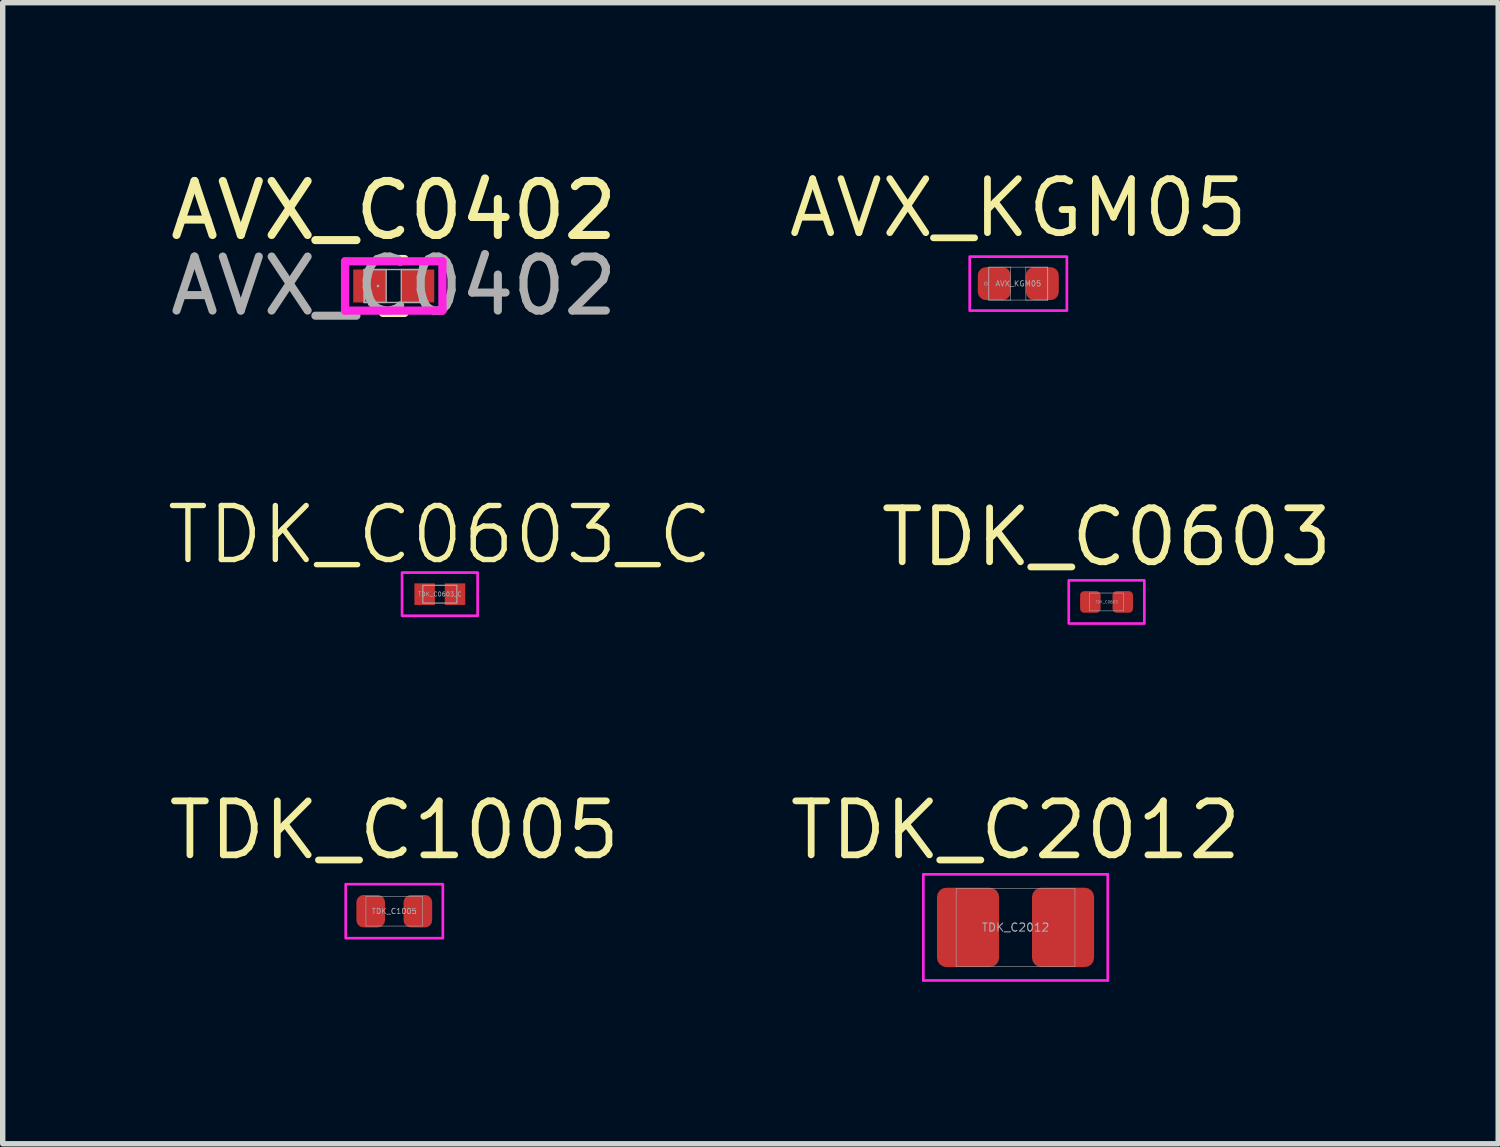
<source format=kicad_pcb>
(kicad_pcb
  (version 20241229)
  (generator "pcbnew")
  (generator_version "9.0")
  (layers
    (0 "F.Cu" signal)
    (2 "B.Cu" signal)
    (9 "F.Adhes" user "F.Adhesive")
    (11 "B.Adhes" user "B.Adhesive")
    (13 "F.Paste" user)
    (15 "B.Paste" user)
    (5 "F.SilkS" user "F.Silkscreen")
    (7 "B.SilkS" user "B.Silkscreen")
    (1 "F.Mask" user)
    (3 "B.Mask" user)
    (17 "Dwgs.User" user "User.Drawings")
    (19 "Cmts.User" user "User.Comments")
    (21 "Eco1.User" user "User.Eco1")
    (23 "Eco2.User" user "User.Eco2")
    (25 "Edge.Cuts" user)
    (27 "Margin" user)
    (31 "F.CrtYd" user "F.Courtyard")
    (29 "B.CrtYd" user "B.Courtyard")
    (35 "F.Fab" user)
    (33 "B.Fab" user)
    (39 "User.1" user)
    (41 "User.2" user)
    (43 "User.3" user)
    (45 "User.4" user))
  (footprint "TDK_C0603"
    (layer "F.Cu")
    (at 17.449 8.101)
    (property "Reference" "TDK_C0603" (at 0 -1.2 0) (layer "F.SilkS") (effects (font (size 1 1) (thickness 0.125))))
    (attr smd)
    (fp_rect (start -0.7 -0.4) (end 0.7 0.4) (stroke (width 0.05) (type default)) (fill no) (layer "F.CrtYd"))
    (fp_rect (start -0.315 -0.165) (end 0.315 0.165) (stroke (width 0.01) (type solid)) (fill no) (layer "F.Fab"))
    (fp_text user "${REFERENCE}" (at 0 0 0) (unlocked yes) (layer "F.Fab") (effects (font (size 0.05 0.05) (thickness 0.006))))
    (pad "1" smd roundrect (at -0.3 0) (size 0.38 0.4) (layers "F.Cu" "F.Mask" "F.Paste") (roundrect_rratio 0.2))
    (pad "2" smd roundrect (at 0.3 0) (size 0.38 0.4) (layers "F.Cu" "F.Mask" "F.Paste") (roundrect_rratio 0.2)))
  (footprint "TDK_C0603_C"
    (layer "F.Cu")
    (at 5.098 7.957)
    (property "Reference" "TDK_C0603_C" (at 0 -1.1 0) (layer "F.SilkS") (effects (font (size 1 1) (thickness 0.1))))
    (attr smd)
    (fp_rect (start -0.7 -0.4) (end 0.7 0.4) (stroke (width 0.05) (type default)) (fill no) (layer "F.CrtYd"))
    (fp_rect (start -0.315 -0.165) (end 0.315 0.165) (stroke (width 0.02) (type solid)) (fill no) (layer "F.Fab"))
    (fp_text user "${REFERENCE}" (at 0 0 0) (unlocked yes) (layer "F.Fab") (effects (font (size 0.08 0.08) (thickness 0.01))))
    (pad "1" smd rect (at -0.281 0) (size 0.38 0.4) (layers "F.Cu" "F.Mask" "F.Paste"))
    (pad "2" smd rect (at 0.281 0) (size 0.38 0.4) (layers "F.Cu" "F.Mask" "F.Paste")))
  (footprint "TDK_C2012"
    (layer "F.Cu")
    (at 15.763 14.13)
    (property "Reference" "TDK_C2012" (at 0 -1.8 0) (layer "F.SilkS") (effects (font (size 1 1) (thickness 0.125))))
    (attr smd)
    (fp_line (start -1.708 -0.983) (end 1.708 -0.983) (stroke (width 0.05) (type solid)) (layer "F.CrtYd"))
    (fp_line (start -1.708 0.983) (end -1.708 -0.983) (stroke (width 0.05) (type solid)) (layer "F.CrtYd"))
    (fp_line (start -1.708 0.983) (end 1.708 0.983) (stroke (width 0.05) (type solid)) (layer "F.CrtYd"))
    (fp_line (start 1.708 0.983) (end 1.708 -0.983) (stroke (width 0.05) (type solid)) (layer "F.CrtYd"))
    (fp_line (start -1.1 0.72) (end -1.1 -0.72) (stroke (width 0.01) (type solid)) (layer "F.Fab"))
    (fp_line (start 1.1 -0.72) (end -1.1 -0.72) (stroke (width 0.01) (type solid)) (layer "F.Fab"))
    (fp_line (start 1.1 0.72) (end -1.1 0.72) (stroke (width 0.01) (type solid)) (layer "F.Fab"))
    (fp_line (start 1.1 0.72) (end 1.1 -0.72) (stroke (width 0.01) (type solid)) (layer "F.Fab"))
    (fp_text user "${REFERENCE}" (at 0 0 0) (unlocked yes) (layer "F.Fab") (effects (font (size 0.15 0.15) (thickness 0.019))))
    (pad "1" smd roundrect (at -0.88 0) (size 1.15 1.47) (layers "F.Cu" "F.Mask" "F.Paste") (roundrect_rratio 0.15))
    (pad "2" smd roundrect (at 0.88 0) (size 1.15 1.47) (layers "F.Cu" "F.Mask" "F.Paste") (roundrect_rratio 0.15)))
  (footprint "TDK_C1005"
    (layer "F.Cu")
    (at 4.254 13.83)
    (property "Reference" "TDK_C1005" (at 0 -1.5 0) (unlocked yes) (layer "F.SilkS") (effects (font (size 1 1) (thickness 0.125))))
    (attr smd)
    (fp_rect (start -0.9 -0.5) (end 0.9 0.5) (stroke (width 0.05) (type default)) (fill no) (layer "F.CrtYd"))
    (fp_rect (start -0.525 -0.275) (end 0.525 0.275) (stroke (width 0.01) (type default)) (fill no) (layer "F.Fab"))
    (fp_text user "${REFERENCE}" (at 0 0 0) (unlocked yes) (layer "F.Fab") (effects (font (size 0.1 0.1) (thickness 0.013))))
    (pad "1" smd roundrect (at -0.437 0) (size 0.53 0.6) (layers "F.Cu" "F.Mask" "F.Paste") (roundrect_rratio 0.25))
    (pad "2" smd roundrect (at 0.437 0) (size 0.53 0.6) (layers "F.Cu" "F.Mask" "F.Paste") (roundrect_rratio 0.25)))
  (footprint "AVX_C0402"
    (layer "F.Cu")
    (at 4.244 2.248)
    (property "Reference" "AVX_C0402" (at 0 -1.4 0) (unlocked yes) (layer "F.SilkS") (effects (font (size 1 1) (thickness 0.15))))
    (attr smd)
    (fp_line (start -0.2 -0.5) (end 0.2 -0.5) (stroke (width 0.15) (type default)) (layer "F.SilkS"))
    (fp_line (start -0.2 0.5) (end 0.2 0.5) (stroke (width 0.15) (type default)) (layer "F.SilkS"))
    (fp_line (start -0.902 -0.457) (end 0.902 -0.457) (stroke (width 0.152) (type solid)) (layer "F.CrtYd"))
    (fp_line (start -0.902 0.457) (end -0.902 -0.457) (stroke (width 0.152) (type solid)) (layer "F.CrtYd"))
    (fp_line (start 0.902 -0.457) (end 0.902 0.457) (stroke (width 0.152) (type solid)) (layer "F.CrtYd"))
    (fp_line (start 0.902 0.457) (end -0.902 0.457) (stroke (width 0.152) (type solid)) (layer "F.CrtYd"))
    (fp_line (start -0.546 -0.305) (end -0.546 0.305) (stroke (width 0.025) (type solid)) (layer "F.Fab"))
    (fp_line (start -0.546 -0.305) (end -0.546 0.305) (stroke (width 0.025) (type solid)) (layer "F.Fab"))
    (fp_line (start -0.546 0.305) (end -0.14 0.305) (stroke (width 0.025) (type solid)) (layer "F.Fab"))
    (fp_line (start -0.546 0.305) (end 0.546 0.305) (stroke (width 0.025) (type solid)) (layer "F.Fab"))
    (fp_line (start -0.14 -0.305) (end -0.546 -0.305) (stroke (width 0.025) (type solid)) (layer "F.Fab"))
    (fp_line (start -0.14 0.305) (end -0.14 -0.305) (stroke (width 0.025) (type solid)) (layer "F.Fab"))
    (fp_line (start 0.14 -0.305) (end 0.14 0.305) (stroke (width 0.025) (type solid)) (layer "F.Fab"))
    (fp_line (start 0.14 0.305) (end 0.546 0.305) (stroke (width 0.025) (type solid)) (layer "F.Fab"))
    (fp_line (start 0.546 -0.305) (end -0.546 -0.305) (stroke (width 0.025) (type solid)) (layer "F.Fab"))
    (fp_line (start 0.546 -0.305) (end 0.14 -0.305) (stroke (width 0.025) (type solid)) (layer "F.Fab"))
    (fp_line (start 0.546 0.305) (end 0.546 -0.305) (stroke (width 0.025) (type solid)) (layer "F.Fab"))
    (fp_line (start 0.546 0.305) (end 0.546 -0.305) (stroke (width 0.025) (type solid)) (layer "F.Fab"))
    (fp_circle (center -0.292 0) (end -0.292 0) (stroke (width 0.025) (type solid)) (fill no) (layer "F.Fab"))
    (fp_text user "${REFERENCE}" (at 0 0 0) (unlocked yes) (layer "F.Fab") (effects (font (size 1 1) (thickness 0.15))))
    (pad "1" smd rect (at -0.445 0) (size 0.61 0.61) (layers "F.Cu" "F.Mask" "F.Paste"))
    (pad "2" smd rect (at 0.445 0) (size 0.61 0.61) (layers "F.Cu" "F.Mask" "F.Paste"))
    (zone (net_name "") (layer "F.Cu") (hatch full 0.508) (connect_pads) (min_thickness 0.254) (filled_areas_thickness no) (keepout (tracks not_allowed) (vias not_allowed) (pads allowed) (copperpour not_allowed) (footprints allowed)) (placement (enabled no)) (fill) (polygon (pts (xy 4.155 1.994) (xy 4.333 1.994) (xy 4.333 2.502) (xy 4.155 2.502)))))
  (footprint "AVX_KGM05"
    (layer "F.Cu")
    (at 15.814 2.204)
    (property "Reference" "AVX_KGM05" (at 0 -1.4 0) (unlocked yes) (layer "F.SilkS") (effects (font (size 1 1) (thickness 0.125))))
    (attr smd)
    (fp_rect (start -0.9 -0.5) (end 0.9 0.5) (stroke (width 0.05) (type default)) (fill no) (layer "F.CrtYd"))
    (fp_line (start -0.546 -0.305) (end -0.546 0.305) (stroke (width 0.01) (type solid)) (layer "F.Fab"))
    (fp_line (start -0.546 -0.305) (end -0.546 0.305) (stroke (width 0.01) (type solid)) (layer "F.Fab"))
    (fp_line (start -0.546 0.305) (end -0.14 0.305) (stroke (width 0.01) (type solid)) (layer "F.Fab"))
    (fp_line (start -0.546 0.305) (end 0.546 0.305) (stroke (width 0.01) (type solid)) (layer "F.Fab"))
    (fp_line (start -0.14 -0.305) (end -0.546 -0.305) (stroke (width 0.01) (type solid)) (layer "F.Fab"))
    (fp_line (start -0.14 0.305) (end -0.14 -0.305) (stroke (width 0.01) (type solid)) (layer "F.Fab"))
    (fp_line (start 0.14 -0.305) (end 0.14 0.305) (stroke (width 0.01) (type solid)) (layer "F.Fab"))
    (fp_line (start 0.14 0.305) (end 0.546 0.305) (stroke (width 0.01) (type solid)) (layer "F.Fab"))
    (fp_line (start 0.546 -0.305) (end -0.546 -0.305) (stroke (width 0.01) (type solid)) (layer "F.Fab"))
    (fp_line (start 0.546 -0.305) (end 0.14 -0.305) (stroke (width 0.01) (type solid)) (layer "F.Fab"))
    (fp_line (start 0.546 0.305) (end 0.546 -0.305) (stroke (width 0.01) (type solid)) (layer "F.Fab"))
    (fp_line (start 0.546 0.305) (end 0.546 -0.305) (stroke (width 0.01) (type solid)) (layer "F.Fab"))
    (fp_circle (center -0.6 0) (end -0.57 0) (stroke (width 0.01) (type solid)) (fill no) (layer "F.Fab"))
    (fp_text user "${REFERENCE}" (at 0 0 0) (unlocked yes) (layer "F.Fab") (effects (font (size 0.1 0.1) (thickness 0.013))))
    (pad "1" smd roundrect (at -0.445 0) (size 0.61 0.61) (layers "F.Cu" "F.Mask" "F.Paste") (roundrect_rratio 0.25))
    (pad "2" smd roundrect (at 0.445 0) (size 0.61 0.61) (layers "F.Cu" "F.Mask" "F.Paste") (roundrect_rratio 0.25)))
  (gr_rect
    (start -3 -3)
    (end 24.704 18.138)
    (stroke (width 0.1) (type default))
    (fill no)
    (layer "Edge.Cuts")))
</source>
